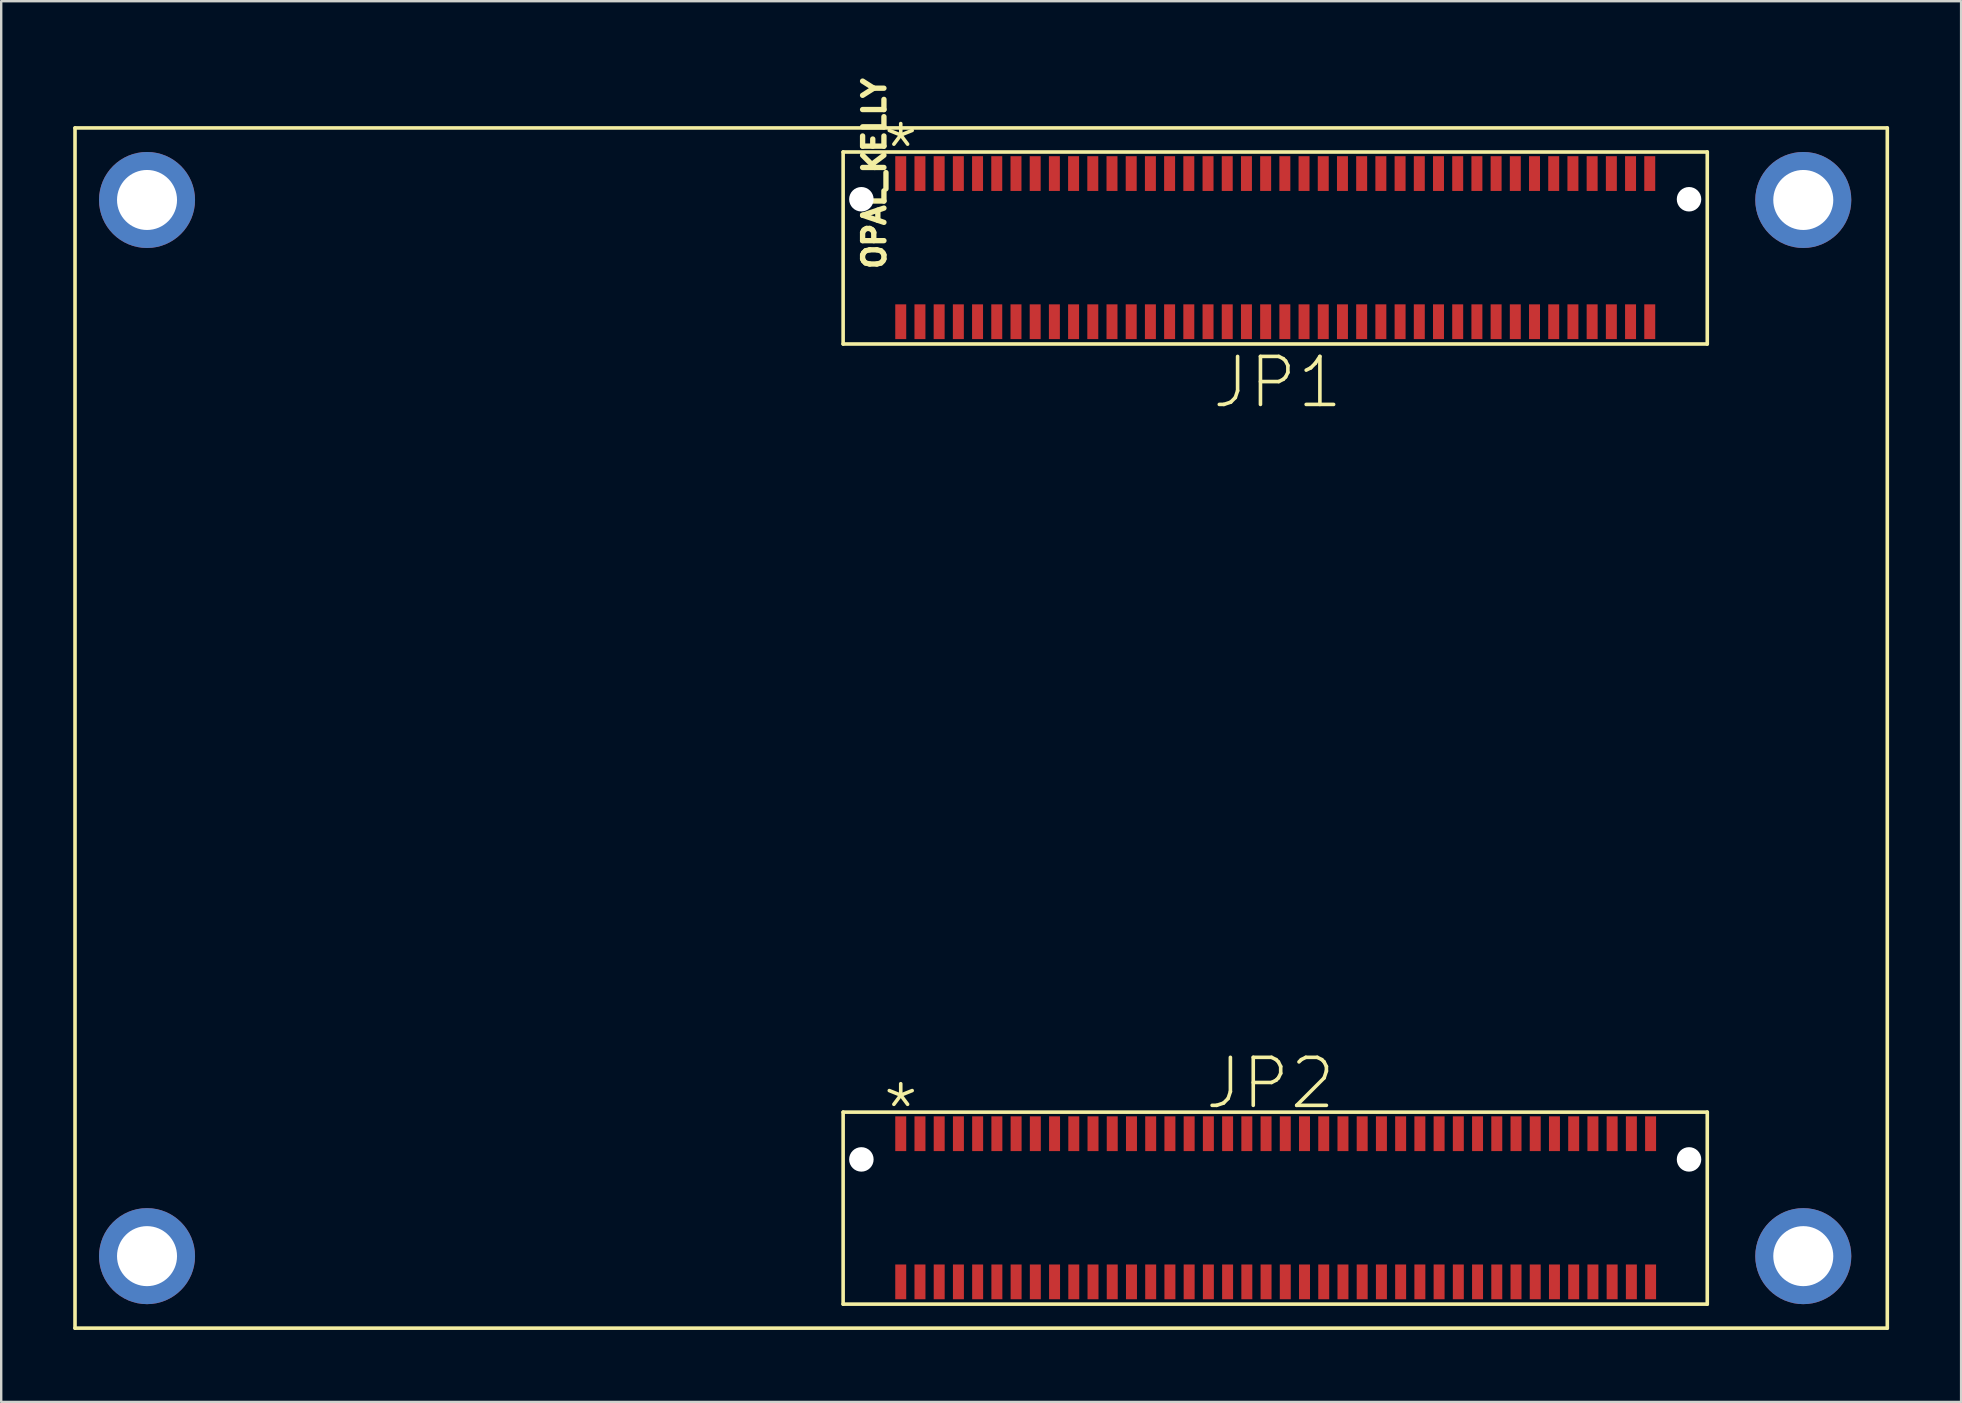
<source format=kicad_pcb>
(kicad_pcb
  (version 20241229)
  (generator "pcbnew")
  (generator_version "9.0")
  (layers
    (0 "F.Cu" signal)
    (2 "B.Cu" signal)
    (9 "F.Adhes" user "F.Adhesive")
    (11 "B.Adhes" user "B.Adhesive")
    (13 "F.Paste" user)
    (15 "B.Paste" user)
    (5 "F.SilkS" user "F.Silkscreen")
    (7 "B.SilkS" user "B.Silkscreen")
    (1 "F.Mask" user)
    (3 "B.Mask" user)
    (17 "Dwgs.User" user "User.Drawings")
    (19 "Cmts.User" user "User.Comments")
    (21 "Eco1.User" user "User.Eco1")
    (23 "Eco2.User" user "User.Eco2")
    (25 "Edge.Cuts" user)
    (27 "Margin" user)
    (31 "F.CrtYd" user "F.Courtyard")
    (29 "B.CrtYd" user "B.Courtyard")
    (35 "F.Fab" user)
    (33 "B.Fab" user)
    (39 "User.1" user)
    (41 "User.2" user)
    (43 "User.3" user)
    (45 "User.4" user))
  (footprint "OPAL_KELLY"
    (layer "F.Cu")
    (at 50.075 27.281)
    (property "Reference" "OPAL_KELLY" (at -16.7 -23.1 90) (layer "F.SilkS") (effects (font (size 0.889 0.889) (thickness 0.305))))
    (attr through_hole)
    (fp_line (start -50 -25) (end 25.5 -25) (stroke (width 0.15) (type solid)) (layer "F.SilkS"))
    (fp_line (start -50 25) (end -50 -25) (stroke (width 0.15) (type solid)) (layer "F.SilkS"))
    (fp_line (start -18 -24) (end 18 -24) (stroke (width 0.15) (type solid)) (layer "F.SilkS"))
    (fp_line (start -18 -16) (end -18 -24) (stroke (width 0.15) (type solid)) (layer "F.SilkS"))
    (fp_line (start -18 16) (end 18 16) (stroke (width 0.15) (type solid)) (layer "F.SilkS"))
    (fp_line (start -18 24) (end -18 16) (stroke (width 0.15) (type solid)) (layer "F.SilkS"))
    (fp_line (start 18 -24) (end 18 -16) (stroke (width 0.15) (type solid)) (layer "F.SilkS"))
    (fp_line (start 18 -16) (end -18 -16) (stroke (width 0.15) (type solid)) (layer "F.SilkS"))
    (fp_line (start 18 16) (end 18 24) (stroke (width 0.15) (type solid)) (layer "F.SilkS"))
    (fp_line (start 18 24) (end -18 24) (stroke (width 0.15) (type solid)) (layer "F.SilkS"))
    (fp_line (start 25.5 -25) (end 25.5 25) (stroke (width 0.15) (type solid)) (layer "F.SilkS"))
    (fp_line (start 25.5 25) (end -50 25) (stroke (width 0.15) (type solid)) (layer "F.SilkS"))
    (fp_text user "*" (at -15.6 15.9 0) (layer "F.SilkS") (effects (font (size 2 2) (thickness 0.15))))
    (fp_text user "*" (at -15.6 -24.1 0) (layer "F.SilkS") (effects (font (size 2 2) (thickness 0.15))))
    (fp_text user "JP2" (at -0.2 14.8 0) (layer "F.SilkS") (effects (font (size 2 2) (thickness 0.15))))
    (fp_text user "JP1" (at 0.1 -14.4 0) (layer "F.SilkS") (effects (font (size 2 2) (thickness 0.15))))
    (pad "" np_thru_hole circle (at -47 -22) (size 4 4) (drill 2.5) (layers "*.Cu" "*.Mask"))
    (pad "" np_thru_hole circle (at -47 22) (size 4 4) (drill 2.5) (layers "*.Cu" "*.Mask"))
    (pad "" np_thru_hole circle (at -17.24 -22.03) (size 1.02 1.02) (drill 1.02) (layers "*.Cu" "*.Mask"))
    (pad "" np_thru_hole circle (at -17.24 17.97) (size 1.02 1.02) (drill 1.02) (layers "*.Cu" "*.Mask"))
    (pad "" np_thru_hole circle (at 17.24 -22.03) (size 1.02 1.02) (drill 1.02) (layers "*.Cu" "*.Mask"))
    (pad "" np_thru_hole circle (at 17.24 17.97) (size 1.02 1.02) (drill 1.02) (layers "*.Cu" "*.Mask"))
    (pad "" np_thru_hole circle (at 22 -22) (size 4 4) (drill 2.5) (layers "*.Cu" "*.Mask"))
    (pad "" np_thru_hole circle (at 22 22) (size 4 4) (drill 2.5) (layers "*.Cu" "*.Mask"))
    (pad "1" smd rect (at -15.6 -23.1 180) (size 0.457 1.448) (rect_delta -15.608 3.086) (layers "F.Cu" "F.Mask" "F.Paste"))
    (pad "2" smd rect (at -15.6 -16.928) (size 0.457 1.448) (rect_delta -15.608 3.086) (layers "F.Cu" "F.Mask" "F.Paste"))
    (pad "3" smd rect (at -14.8 -23.1 180) (size 0.457 1.448) (rect_delta -15.608 3.086) (layers "F.Cu" "F.Mask" "F.Paste"))
    (pad "4" smd rect (at -14.8 -16.928) (size 0.457 1.448) (rect_delta -15.608 3.086) (layers "F.Cu" "F.Mask" "F.Paste"))
    (pad "5" smd rect (at -14 -23.1 180) (size 0.457 1.448) (rect_delta -15.608 3.086) (layers "F.Cu" "F.Mask" "F.Paste"))
    (pad "6" smd rect (at -14 -16.928) (size 0.457 1.448) (rect_delta -15.608 3.086) (layers "F.Cu" "F.Mask" "F.Paste"))
    (pad "7" smd rect (at -13.2 -23.1 180) (size 0.457 1.448) (rect_delta -15.608 3.086) (layers "F.Cu" "F.Mask" "F.Paste"))
    (pad "8" smd rect (at -13.2 -16.928) (size 0.457 1.448) (rect_delta -15.608 3.086) (layers "F.Cu" "F.Mask" "F.Paste"))
    (pad "9" smd rect (at -12.4 -23.1 180) (size 0.457 1.448) (rect_delta -15.608 3.086) (layers "F.Cu" "F.Mask" "F.Paste"))
    (pad "10" smd rect (at -12.4 -16.928) (size 0.457 1.448) (rect_delta -15.608 3.086) (layers "F.Cu" "F.Mask" "F.Paste"))
    (pad "11" smd rect (at -11.6 -23.1 180) (size 0.457 1.448) (rect_delta -15.608 3.086) (layers "F.Cu" "F.Mask" "F.Paste"))
    (pad "12" smd rect (at -11.6 -16.928) (size 0.457 1.448) (rect_delta -15.608 3.086) (layers "F.Cu" "F.Mask" "F.Paste"))
    (pad "13" smd rect (at -10.799 -23.1 180) (size 0.457 1.448) (rect_delta -15.608 3.086) (layers "F.Cu" "F.Mask" "F.Paste"))
    (pad "14" smd rect (at -10.799 -16.928) (size 0.457 1.448) (rect_delta -15.608 3.086) (layers "F.Cu" "F.Mask" "F.Paste"))
    (pad "15" smd rect (at -9.999 -23.1 180) (size 0.457 1.448) (rect_delta -15.608 3.086) (layers "F.Cu" "F.Mask" "F.Paste"))
    (pad "16" smd rect (at -9.999 -16.928) (size 0.457 1.448) (rect_delta -15.608 3.086) (layers "F.Cu" "F.Mask" "F.Paste"))
    (pad "17" smd rect (at -9.199 -23.1 180) (size 0.457 1.448) (rect_delta -15.608 3.086) (layers "F.Cu" "F.Mask" "F.Paste"))
    (pad "18" smd rect (at -9.199 -16.928) (size 0.457 1.448) (rect_delta -15.608 3.086) (layers "F.Cu" "F.Mask" "F.Paste"))
    (pad "19" smd rect (at -8.399 -23.1 180) (size 0.457 1.448) (rect_delta -15.608 3.086) (layers "F.Cu" "F.Mask" "F.Paste"))
    (pad "20" smd rect (at -8.399 -16.928) (size 0.457 1.448) (rect_delta -15.608 3.086) (layers "F.Cu" "F.Mask" "F.Paste"))
    (pad "21" smd rect (at -7.599 -23.1 180) (size 0.457 1.448) (rect_delta -15.608 3.086) (layers "F.Cu" "F.Mask" "F.Paste"))
    (pad "22" smd rect (at -7.599 -16.928) (size 0.457 1.448) (rect_delta -15.608 3.086) (layers "F.Cu" "F.Mask" "F.Paste"))
    (pad "23" smd rect (at -6.799 -23.1 180) (size 0.457 1.448) (rect_delta -15.608 3.086) (layers "F.Cu" "F.Mask" "F.Paste"))
    (pad "24" smd rect (at -6.799 -16.928) (size 0.457 1.448) (rect_delta -15.608 3.086) (layers "F.Cu" "F.Mask" "F.Paste"))
    (pad "25" smd rect (at -5.999 -23.1 180) (size 0.457 1.448) (rect_delta -15.608 3.086) (layers "F.Cu" "F.Mask" "F.Paste"))
    (pad "26" smd rect (at -5.999 -16.928) (size 0.457 1.448) (rect_delta -15.608 3.086) (layers "F.Cu" "F.Mask" "F.Paste"))
    (pad "27" smd rect (at -5.199 -23.1 180) (size 0.457 1.448) (rect_delta -15.608 3.086) (layers "F.Cu" "F.Mask" "F.Paste"))
    (pad "28" smd rect (at -5.199 -16.928) (size 0.457 1.448) (rect_delta -15.608 3.086) (layers "F.Cu" "F.Mask" "F.Paste"))
    (pad "29" smd rect (at -4.399 -23.1 180) (size 0.457 1.448) (rect_delta -15.608 3.086) (layers "F.Cu" "F.Mask" "F.Paste"))
    (pad "30" smd rect (at -4.399 -16.928) (size 0.457 1.448) (rect_delta -15.608 3.086) (layers "F.Cu" "F.Mask" "F.Paste"))
    (pad "31" smd rect (at -3.599 -23.1 180) (size 0.457 1.448) (rect_delta -15.608 3.086) (layers "F.Cu" "F.Mask" "F.Paste"))
    (pad "32" smd rect (at -3.599 -16.928) (size 0.457 1.448) (rect_delta -15.608 3.086) (layers "F.Cu" "F.Mask" "F.Paste"))
    (pad "33" smd rect (at -2.798 -23.1 180) (size 0.457 1.448) (rect_delta -15.608 3.086) (layers "F.Cu" "F.Mask" "F.Paste"))
    (pad "34" smd rect (at -2.798 -16.928) (size 0.457 1.448) (rect_delta -15.608 3.086) (layers "F.Cu" "F.Mask" "F.Paste"))
    (pad "35" smd rect (at -1.998 -23.1 180) (size 0.457 1.448) (rect_delta -15.608 3.086) (layers "F.Cu" "F.Mask" "F.Paste"))
    (pad "36" smd rect (at -1.998 -16.928) (size 0.457 1.448) (rect_delta -15.608 3.086) (layers "F.Cu" "F.Mask" "F.Paste"))
    (pad "37" smd rect (at -1.198 -23.1 180) (size 0.457 1.448) (rect_delta -15.608 3.086) (layers "F.Cu" "F.Mask" "F.Paste"))
    (pad "38" smd rect (at -1.198 -16.928) (size 0.457 1.448) (rect_delta -15.608 3.086) (layers "F.Cu" "F.Mask" "F.Paste"))
    (pad "39" smd rect (at -0.398 -23.1 180) (size 0.457 1.448) (rect_delta -15.608 3.086) (layers "F.Cu" "F.Mask" "F.Paste"))
    (pad "40" smd rect (at -0.398 -16.928) (size 0.457 1.448) (rect_delta -15.608 3.086) (layers "F.Cu" "F.Mask" "F.Paste"))
    (pad "41" smd rect (at 0.402 -23.1 180) (size 0.457 1.448) (rect_delta -15.608 3.086) (layers "F.Cu" "F.Mask" "F.Paste"))
    (pad "42" smd rect (at 0.402 -16.928) (size 0.457 1.448) (rect_delta -15.608 3.086) (layers "F.Cu" "F.Mask" "F.Paste"))
    (pad "43" smd rect (at 1.202 -23.1 180) (size 0.457 1.448) (rect_delta -15.608 3.086) (layers "F.Cu" "F.Mask" "F.Paste"))
    (pad "44" smd rect (at 1.202 -16.928) (size 0.457 1.448) (rect_delta -15.608 3.086) (layers "F.Cu" "F.Mask" "F.Paste"))
    (pad "45" smd rect (at 2.002 -23.1 180) (size 0.457 1.448) (rect_delta -15.608 3.086) (layers "F.Cu" "F.Mask" "F.Paste"))
    (pad "46" smd rect (at 2.002 -16.928) (size 0.457 1.448) (rect_delta -15.608 3.086) (layers "F.Cu" "F.Mask" "F.Paste"))
    (pad "47" smd rect (at 2.802 -23.1 180) (size 0.457 1.448) (rect_delta -15.608 3.086) (layers "F.Cu" "F.Mask" "F.Paste"))
    (pad "48" smd rect (at 2.802 -16.928) (size 0.457 1.448) (rect_delta -15.608 3.086) (layers "F.Cu" "F.Mask" "F.Paste"))
    (pad "49" smd rect (at 3.602 -23.1 180) (size 0.457 1.448) (rect_delta -15.608 3.086) (layers "F.Cu" "F.Mask" "F.Paste"))
    (pad "50" smd rect (at 3.602 -16.928) (size 0.457 1.448) (rect_delta -15.608 3.086) (layers "F.Cu" "F.Mask" "F.Paste"))
    (pad "51" smd rect (at 4.402 -23.1 180) (size 0.457 1.448) (rect_delta -15.608 3.086) (layers "F.Cu" "F.Mask" "F.Paste"))
    (pad "52" smd rect (at 4.402 -16.928) (size 0.457 1.448) (rect_delta -15.608 3.086) (layers "F.Cu" "F.Mask" "F.Paste"))
    (pad "53" smd rect (at 5.203 -23.1 180) (size 0.457 1.448) (rect_delta -15.608 3.086) (layers "F.Cu" "F.Mask" "F.Paste"))
    (pad "54" smd rect (at 5.203 -16.928) (size 0.457 1.448) (rect_delta -15.608 3.086) (layers "F.Cu" "F.Mask" "F.Paste"))
    (pad "55" smd rect (at 6.003 -23.1 180) (size 0.457 1.448) (rect_delta -15.608 3.086) (layers "F.Cu" "F.Mask" "F.Paste"))
    (pad "56" smd rect (at 6.003 -16.928) (size 0.457 1.448) (rect_delta -15.608 3.086) (layers "F.Cu" "F.Mask" "F.Paste"))
    (pad "57" smd rect (at 6.803 -23.1 180) (size 0.457 1.448) (rect_delta -15.608 3.086) (layers "F.Cu" "F.Mask" "F.Paste"))
    (pad "58" smd rect (at 6.803 -16.928) (size 0.457 1.448) (rect_delta -15.608 3.086) (layers "F.Cu" "F.Mask" "F.Paste"))
    (pad "59" smd rect (at 7.603 -23.1 180) (size 0.457 1.448) (rect_delta -15.608 3.086) (layers "F.Cu" "F.Mask" "F.Paste"))
    (pad "60" smd rect (at 7.603 -16.928) (size 0.457 1.448) (rect_delta -15.608 3.086) (layers "F.Cu" "F.Mask" "F.Paste"))
    (pad "61" smd rect (at 8.403 -23.1 180) (size 0.457 1.448) (rect_delta -15.608 3.086) (layers "F.Cu" "F.Mask" "F.Paste"))
    (pad "62" smd rect (at 8.403 -16.928) (size 0.457 1.448) (rect_delta -15.608 3.086) (layers "F.Cu" "F.Mask" "F.Paste"))
    (pad "63" smd rect (at 9.203 -23.1 180) (size 0.457 1.448) (rect_delta -15.608 3.086) (layers "F.Cu" "F.Mask" "F.Paste"))
    (pad "64" smd rect (at 9.203 -16.928) (size 0.457 1.448) (rect_delta -15.608 3.086) (layers "F.Cu" "F.Mask" "F.Paste"))
    (pad "65" smd rect (at 10.003 -23.1 180) (size 0.457 1.448) (rect_delta -15.608 3.086) (layers "F.Cu" "F.Mask" "F.Paste"))
    (pad "66" smd rect (at 10.003 -16.928) (size 0.457 1.448) (rect_delta -15.608 3.086) (layers "F.Cu" "F.Mask" "F.Paste"))
    (pad "67" smd rect (at 10.803 -23.1 180) (size 0.457 1.448) (rect_delta -15.608 3.086) (layers "F.Cu" "F.Mask" "F.Paste"))
    (pad "68" smd rect (at 10.803 -16.928) (size 0.457 1.448) (rect_delta -15.608 3.086) (layers "F.Cu" "F.Mask" "F.Paste"))
    (pad "69" smd rect (at 11.603 -23.1 180) (size 0.457 1.448) (rect_delta -15.608 3.086) (layers "F.Cu" "F.Mask" "F.Paste"))
    (pad "70" smd rect (at 11.603 -16.928) (size 0.457 1.448) (rect_delta -15.608 3.086) (layers "F.Cu" "F.Mask" "F.Paste"))
    (pad "71" smd rect (at 12.403 -23.1 180) (size 0.457 1.448) (rect_delta -15.608 3.086) (layers "F.Cu" "F.Mask" "F.Paste"))
    (pad "72" smd rect (at 12.403 -16.928) (size 0.457 1.448) (rect_delta -15.608 3.086) (layers "F.Cu" "F.Mask" "F.Paste"))
    (pad "73" smd rect (at 13.204 -23.1 180) (size 0.457 1.448) (rect_delta -15.608 3.086) (layers "F.Cu" "F.Mask" "F.Paste"))
    (pad "74" smd rect (at 13.204 -16.928) (size 0.457 1.448) (rect_delta -15.608 3.086) (layers "F.Cu" "F.Mask" "F.Paste"))
    (pad "75" smd rect (at 14.004 -23.1 180) (size 0.457 1.448) (rect_delta -15.608 3.086) (layers "F.Cu" "F.Mask" "F.Paste"))
    (pad "76" smd rect (at 14.004 -16.928) (size 0.457 1.448) (rect_delta -15.608 3.086) (layers "F.Cu" "F.Mask" "F.Paste"))
    (pad "77" smd rect (at 14.804 -23.1 180) (size 0.457 1.448) (rect_delta -15.608 3.086) (layers "F.Cu" "F.Mask" "F.Paste"))
    (pad "78" smd rect (at 14.804 -16.928) (size 0.457 1.448) (rect_delta -15.608 3.086) (layers "F.Cu" "F.Mask" "F.Paste"))
    (pad "79" smd rect (at 15.604 -23.1 180) (size 0.457 1.448) (rect_delta -15.608 3.086) (layers "F.Cu" "F.Mask" "F.Paste"))
    (pad "80" smd rect (at 15.604 -16.928) (size 0.457 1.448) (rect_delta -15.608 3.086) (layers "F.Cu" "F.Mask" "F.Paste"))
    (pad "81" smd rect (at -15.6 16.9 180) (size 0.457 1.448) (layers "F.Cu" "F.Mask" "F.Paste"))
    (pad "82" smd rect (at -15.6 23.072 180) (size 0.457 1.448) (layers "F.Cu" "F.Mask" "F.Paste"))
    (pad "83" smd rect (at -14.799 16.9 180) (size 0.457 1.448) (layers "F.Cu" "F.Mask" "F.Paste"))
    (pad "84" smd rect (at -14.799 23.072 180) (size 0.457 1.448) (layers "F.Cu" "F.Mask" "F.Paste"))
    (pad "85" smd rect (at -13.998 16.9 180) (size 0.457 1.448) (layers "F.Cu" "F.Mask" "F.Paste"))
    (pad "86" smd rect (at -13.998 23.072 180) (size 0.457 1.448) (layers "F.Cu" "F.Mask" "F.Paste"))
    (pad "87" smd rect (at -13.197 16.9 180) (size 0.457 1.448) (layers "F.Cu" "F.Mask" "F.Paste"))
    (pad "88" smd rect (at -13.197 23.072 180) (size 0.457 1.448) (layers "F.Cu" "F.Mask" "F.Paste"))
    (pad "89" smd rect (at -12.396 16.9 180) (size 0.457 1.448) (layers "F.Cu" "F.Mask" "F.Paste"))
    (pad "90" smd rect (at -12.396 23.072 180) (size 0.457 1.448) (layers "F.Cu" "F.Mask" "F.Paste"))
    (pad "91" smd rect (at -11.595 16.9 180) (size 0.457 1.448) (layers "F.Cu" "F.Mask" "F.Paste"))
    (pad "92" smd rect (at -11.595 23.072 180) (size 0.457 1.448) (layers "F.Cu" "F.Mask" "F.Paste"))
    (pad "93" smd rect (at -10.794 16.9 180) (size 0.457 1.448) (layers "F.Cu" "F.Mask" "F.Paste"))
    (pad "94" smd rect (at -10.794 23.072 180) (size 0.457 1.448) (layers "F.Cu" "F.Mask" "F.Paste"))
    (pad "95" smd rect (at -9.993 16.9 180) (size 0.457 1.448) (layers "F.Cu" "F.Mask" "F.Paste"))
    (pad "96" smd rect (at -9.993 23.072 180) (size 0.457 1.448) (layers "F.Cu" "F.Mask" "F.Paste"))
    (pad "97" smd rect (at -9.192 16.9 180) (size 0.457 1.448) (layers "F.Cu" "F.Mask" "F.Paste"))
    (pad "98" smd rect (at -9.192 23.072 180) (size 0.457 1.448) (layers "F.Cu" "F.Mask" "F.Paste"))
    (pad "99" smd rect (at -8.391 16.9 180) (size 0.457 1.448) (layers "F.Cu" "F.Mask" "F.Paste"))
    (pad "100" smd rect (at -8.391 23.072 180) (size 0.457 1.448) (layers "F.Cu" "F.Mask" "F.Paste"))
    (pad "101" smd rect (at -7.59 16.9 180) (size 0.457 1.448) (layers "F.Cu" "F.Mask" "F.Paste"))
    (pad "102" smd rect (at -7.59 23.072 180) (size 0.457 1.448) (layers "F.Cu" "F.Mask" "F.Paste"))
    (pad "103" smd rect (at -6.789 16.9 180) (size 0.457 1.448) (layers "F.Cu" "F.Mask" "F.Paste"))
    (pad "104" smd rect (at -6.789 23.072 180) (size 0.457 1.448) (layers "F.Cu" "F.Mask" "F.Paste"))
    (pad "105" smd rect (at -5.988 16.9 180) (size 0.457 1.448) (layers "F.Cu" "F.Mask" "F.Paste"))
    (pad "106" smd rect (at -5.988 23.072 180) (size 0.457 1.448) (layers "F.Cu" "F.Mask" "F.Paste"))
    (pad "107" smd rect (at -5.187 16.9 180) (size 0.457 1.448) (layers "F.Cu" "F.Mask" "F.Paste"))
    (pad "108" smd rect (at -5.187 23.072 180) (size 0.457 1.448) (layers "F.Cu" "F.Mask" "F.Paste"))
    (pad "109" smd rect (at -4.386 16.9 180) (size 0.457 1.448) (layers "F.Cu" "F.Mask" "F.Paste"))
    (pad "110" smd rect (at -4.386 23.072 180) (size 0.457 1.448) (layers "F.Cu" "F.Mask" "F.Paste"))
    (pad "111" smd rect (at -3.585 16.9 180) (size 0.457 1.448) (layers "F.Cu" "F.Mask" "F.Paste"))
    (pad "112" smd rect (at -3.585 23.072 180) (size 0.457 1.448) (layers "F.Cu" "F.Mask" "F.Paste"))
    (pad "113" smd rect (at -2.784 16.9 180) (size 0.457 1.448) (layers "F.Cu" "F.Mask" "F.Paste"))
    (pad "114" smd rect (at -2.784 23.072 180) (size 0.457 1.448) (layers "F.Cu" "F.Mask" "F.Paste"))
    (pad "115" smd rect (at -1.983 16.9 180) (size 0.457 1.448) (layers "F.Cu" "F.Mask" "F.Paste"))
    (pad "116" smd rect (at -1.983 23.072 180) (size 0.457 1.448) (layers "F.Cu" "F.Mask" "F.Paste"))
    (pad "117" smd rect (at -1.182 16.9 180) (size 0.457 1.448) (layers "F.Cu" "F.Mask" "F.Paste"))
    (pad "118" smd rect (at -1.182 23.072 180) (size 0.457 1.448) (layers "F.Cu" "F.Mask" "F.Paste"))
    (pad "119" smd rect (at -0.381 16.9 180) (size 0.457 1.448) (layers "F.Cu" "F.Mask" "F.Paste"))
    (pad "120" smd rect (at -0.381 23.072 180) (size 0.457 1.448) (layers "F.Cu" "F.Mask" "F.Paste"))
    (pad "121" smd rect (at 0.42 16.9 180) (size 0.457 1.448) (layers "F.Cu" "F.Mask" "F.Paste"))
    (pad "122" smd rect (at 0.42 23.072 180) (size 0.457 1.448) (layers "F.Cu" "F.Mask" "F.Paste"))
    (pad "123" smd rect (at 1.221 16.9 180) (size 0.457 1.448) (layers "F.Cu" "F.Mask" "F.Paste"))
    (pad "124" smd rect (at 1.221 23.072 180) (size 0.457 1.448) (layers "F.Cu" "F.Mask" "F.Paste"))
    (pad "125" smd rect (at 2.022 16.9 180) (size 0.457 1.448) (layers "F.Cu" "F.Mask" "F.Paste"))
    (pad "126" smd rect (at 2.022 23.072 180) (size 0.457 1.448) (layers "F.Cu" "F.Mask" "F.Paste"))
    (pad "127" smd rect (at 2.823 16.9 180) (size 0.457 1.448) (layers "F.Cu" "F.Mask" "F.Paste"))
    (pad "128" smd rect (at 2.823 23.072 180) (size 0.457 1.448) (layers "F.Cu" "F.Mask" "F.Paste"))
    (pad "129" smd rect (at 3.624 16.9 180) (size 0.457 1.448) (layers "F.Cu" "F.Mask" "F.Paste"))
    (pad "130" smd rect (at 3.624 23.072 180) (size 0.457 1.448) (layers "F.Cu" "F.Mask" "F.Paste"))
    (pad "131" smd rect (at 4.425 16.9 180) (size 0.457 1.448) (layers "F.Cu" "F.Mask" "F.Paste"))
    (pad "132" smd rect (at 4.425 23.072 180) (size 0.457 1.448) (layers "F.Cu" "F.Mask" "F.Paste"))
    (pad "133" smd rect (at 5.226 16.9 180) (size 0.457 1.448) (layers "F.Cu" "F.Mask" "F.Paste"))
    (pad "134" smd rect (at 5.226 23.072 180) (size 0.457 1.448) (layers "F.Cu" "F.Mask" "F.Paste"))
    (pad "135" smd rect (at 6.027 16.9 180) (size 0.457 1.448) (layers "F.Cu" "F.Mask" "F.Paste"))
    (pad "136" smd rect (at 6.027 23.072 180) (size 0.457 1.448) (layers "F.Cu" "F.Mask" "F.Paste"))
    (pad "137" smd rect (at 6.828 16.9 180) (size 0.457 1.448) (layers "F.Cu" "F.Mask" "F.Paste"))
    (pad "138" smd rect (at 6.828 23.072 180) (size 0.457 1.448) (layers "F.Cu" "F.Mask" "F.Paste"))
    (pad "139" smd rect (at 7.629 16.9 180) (size 0.457 1.448) (layers "F.Cu" "F.Mask" "F.Paste"))
    (pad "140" smd rect (at 7.629 23.072 180) (size 0.457 1.448) (layers "F.Cu" "F.Mask" "F.Paste"))
    (pad "141" smd rect (at 8.43 16.9 180) (size 0.457 1.448) (layers "F.Cu" "F.Mask" "F.Paste"))
    (pad "142" smd rect (at 8.43 23.072 180) (size 0.457 1.448) (layers "F.Cu" "F.Mask" "F.Paste"))
    (pad "143" smd rect (at 9.231 16.9 180) (size 0.457 1.448) (layers "F.Cu" "F.Mask" "F.Paste"))
    (pad "144" smd rect (at 9.231 23.072 180) (size 0.457 1.448) (layers "F.Cu" "F.Mask" "F.Paste"))
    (pad "145" smd rect (at 10.032 16.9 180) (size 0.457 1.448) (layers "F.Cu" "F.Mask" "F.Paste"))
    (pad "146" smd rect (at 10.032 23.072 180) (size 0.457 1.448) (layers "F.Cu" "F.Mask" "F.Paste"))
    (pad "147" smd rect (at 10.833 16.9 180) (size 0.457 1.448) (layers "F.Cu" "F.Mask" "F.Paste"))
    (pad "148" smd rect (at 10.833 23.072 180) (size 0.457 1.448) (layers "F.Cu" "F.Mask" "F.Paste"))
    (pad "149" smd rect (at 11.634 16.9 180) (size 0.457 1.448) (layers "F.Cu" "F.Mask" "F.Paste"))
    (pad "150" smd rect (at 11.634 23.072 180) (size 0.457 1.448) (layers "F.Cu" "F.Mask" "F.Paste"))
    (pad "151" smd rect (at 12.435 16.9 180) (size 0.457 1.448) (layers "F.Cu" "F.Mask" "F.Paste"))
    (pad "152" smd rect (at 12.435 23.072 180) (size 0.457 1.448) (layers "F.Cu" "F.Mask" "F.Paste"))
    (pad "153" smd rect (at 13.236 16.9 180) (size 0.457 1.448) (layers "F.Cu" "F.Mask" "F.Paste"))
    (pad "154" smd rect (at 13.236 23.072 180) (size 0.457 1.448) (layers "F.Cu" "F.Mask" "F.Paste"))
    (pad "155" smd rect (at 14.037 16.9 180) (size 0.457 1.448) (layers "F.Cu" "F.Mask" "F.Paste"))
    (pad "156" smd rect (at 14.037 23.072 180) (size 0.457 1.448) (layers "F.Cu" "F.Mask" "F.Paste"))
    (pad "157" smd rect (at 14.838 16.9 180) (size 0.457 1.448) (layers "F.Cu" "F.Mask" "F.Paste"))
    (pad "158" smd rect (at 14.838 23.072 180) (size 0.457 1.448) (layers "F.Cu" "F.Mask" "F.Paste"))
    (pad "159" smd rect (at 15.639 16.9 180) (size 0.457 1.448) (layers "F.Cu" "F.Mask" "F.Paste"))
    (pad "160" smd rect (at 15.639 23.072 180) (size 0.457 1.448) (layers "F.Cu" "F.Mask" "F.Paste")))
  (gr_rect
    (start -3 -3)
    (end 78.65 55.356)
    (stroke (width 0.1) (type default))
    (fill no)
    (layer "Edge.Cuts")))
</source>
